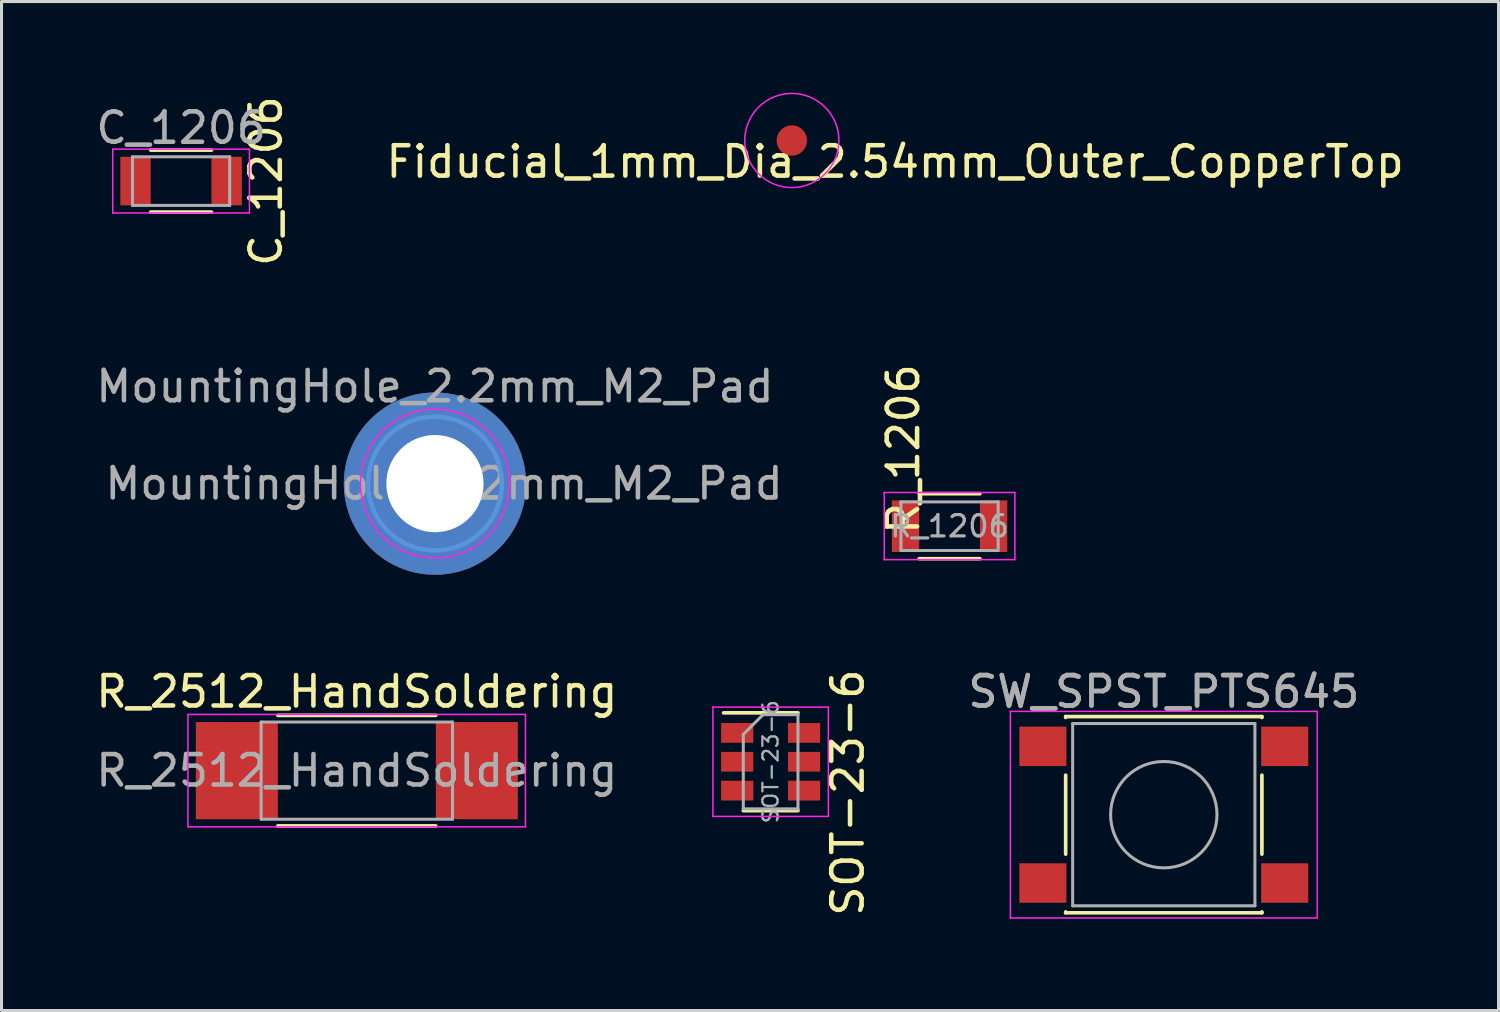
<source format=kicad_pcb>
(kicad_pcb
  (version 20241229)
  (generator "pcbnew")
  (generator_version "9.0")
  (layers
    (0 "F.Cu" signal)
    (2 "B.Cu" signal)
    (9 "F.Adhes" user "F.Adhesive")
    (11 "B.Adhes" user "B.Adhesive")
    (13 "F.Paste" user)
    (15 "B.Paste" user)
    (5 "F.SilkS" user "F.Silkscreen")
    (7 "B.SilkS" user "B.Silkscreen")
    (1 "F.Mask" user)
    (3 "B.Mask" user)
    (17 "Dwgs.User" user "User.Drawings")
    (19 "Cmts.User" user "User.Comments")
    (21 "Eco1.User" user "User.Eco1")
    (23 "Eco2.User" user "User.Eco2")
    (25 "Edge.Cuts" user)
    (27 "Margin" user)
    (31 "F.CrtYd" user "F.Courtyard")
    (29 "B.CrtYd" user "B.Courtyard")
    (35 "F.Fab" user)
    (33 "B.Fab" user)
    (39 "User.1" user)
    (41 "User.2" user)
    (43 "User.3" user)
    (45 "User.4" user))
  (footprint "SOT-23-6"
    (layer "F.Cu")
    (at 22.318 22.026)
    (property "Reference" "SOT-23-6" (at 2.54 1.016 90) (layer "F.SilkS") (effects (font (size 1 1) (thickness 0.15))))
    (attr smd)
    (fp_line (start -0.9 1.61) (end 0.9 1.61) (stroke (width 0.12) (type solid)) (layer "F.SilkS"))
    (fp_line (start 0.9 -1.61) (end -1.55 -1.61) (stroke (width 0.12) (type solid)) (layer "F.SilkS"))
    (fp_line (start -1.9 -1.8) (end -1.9 1.8) (stroke (width 0.05) (type solid)) (layer "F.CrtYd"))
    (fp_line (start -1.9 1.8) (end 1.9 1.8) (stroke (width 0.05) (type solid)) (layer "F.CrtYd"))
    (fp_line (start 1.9 -1.8) (end -1.9 -1.8) (stroke (width 0.05) (type solid)) (layer "F.CrtYd"))
    (fp_line (start 1.9 1.8) (end 1.9 -1.8) (stroke (width 0.05) (type solid)) (layer "F.CrtYd"))
    (fp_line (start -0.9 -0.9) (end -0.9 1.55) (stroke (width 0.1) (type solid)) (layer "F.Fab"))
    (fp_line (start -0.9 -0.9) (end -0.25 -1.55) (stroke (width 0.1) (type solid)) (layer "F.Fab"))
    (fp_line (start 0.9 -1.55) (end -0.25 -1.55) (stroke (width 0.1) (type solid)) (layer "F.Fab"))
    (fp_line (start 0.9 -1.55) (end 0.9 1.55) (stroke (width 0.1) (type solid)) (layer "F.Fab"))
    (fp_line (start 0.9 1.55) (end -0.9 1.55) (stroke (width 0.1) (type solid)) (layer "F.Fab"))
    (fp_text user "${REFERENCE}" (at 0 0 90) (layer "F.Fab") (effects (font (size 0.5 0.5) (thickness 0.075))))
    (pad "1" smd rect (at -1.1 -0.95) (size 1.06 0.65) (layers "F.Cu" "F.Mask" "F.Paste"))
    (pad "2" smd rect (at -1.1 0) (size 1.06 0.65) (layers "F.Cu" "F.Mask" "F.Paste"))
    (pad "3" smd rect (at -1.1 0.95) (size 1.06 0.65) (layers "F.Cu" "F.Mask" "F.Paste"))
    (pad "4" smd rect (at 1.1 0.95) (size 1.06 0.65) (layers "F.Cu" "F.Mask" "F.Paste"))
    (pad "5" smd rect (at 1.1 0) (size 1.06 0.65) (layers "F.Cu" "F.Mask" "F.Paste"))
    (pad "6" smd rect (at 1.1 -0.95) (size 1.06 0.65) (layers "F.Cu" "F.Mask" "F.Paste")))
  (footprint "R_1206"
    (layer "F.Cu")
    (at 28.208 14.272)
    (property "Reference" "R_1206" (at -1.524 -2.54 90) (layer "F.SilkS") (effects (font (size 1 1) (thickness 0.15))))
    (attr smd)
    (fp_line (start -1 -1.07) (end 1 -1.07) (stroke (width 0.12) (type solid)) (layer "F.SilkS"))
    (fp_line (start 1 1.07) (end -1 1.07) (stroke (width 0.12) (type solid)) (layer "F.SilkS"))
    (fp_line (start -2.15 -1.11) (end -2.15 1.1) (stroke (width 0.05) (type solid)) (layer "F.CrtYd"))
    (fp_line (start -2.15 -1.11) (end 2.15 -1.11) (stroke (width 0.05) (type solid)) (layer "F.CrtYd"))
    (fp_line (start 2.15 1.1) (end -2.15 1.1) (stroke (width 0.05) (type solid)) (layer "F.CrtYd"))
    (fp_line (start 2.15 1.1) (end 2.15 -1.11) (stroke (width 0.05) (type solid)) (layer "F.CrtYd"))
    (fp_line (start -1.6 -0.8) (end 1.6 -0.8) (stroke (width 0.1) (type solid)) (layer "F.Fab"))
    (fp_line (start -1.6 0.8) (end -1.6 -0.8) (stroke (width 0.1) (type solid)) (layer "F.Fab"))
    (fp_line (start 1.6 -0.8) (end 1.6 0.8) (stroke (width 0.1) (type solid)) (layer "F.Fab"))
    (fp_line (start 1.6 0.8) (end -1.6 0.8) (stroke (width 0.1) (type solid)) (layer "F.Fab"))
    (fp_text user "${REFERENCE}" (at 0 0 0) (layer "F.Fab") (effects (font (size 0.7 0.7) (thickness 0.105))))
    (pad "1" smd rect (at -1.45 0) (size 0.9 1.7) (layers "F.Cu" "F.Mask" "F.Paste"))
    (pad "2" smd rect (at 1.45 0) (size 0.9 1.7) (layers "F.Cu" "F.Mask" "F.Paste")))
  (footprint "C_1206"
    (layer "F.Cu")
    (at 2.911 2.911)
    (property "Reference" "C_1206" (at 2.794 0 90) (layer "F.SilkS") (effects (font (size 1 1) (thickness 0.15))))
    (attr smd)
    (fp_line (start -1 1.02) (end 1 1.02) (stroke (width 0.12) (type solid)) (layer "F.SilkS"))
    (fp_line (start 1 -1.02) (end -1 -1.02) (stroke (width 0.12) (type solid)) (layer "F.SilkS"))
    (fp_line (start -2.25 -1.05) (end -2.25 1.05) (stroke (width 0.05) (type solid)) (layer "F.CrtYd"))
    (fp_line (start -2.25 -1.05) (end 2.25 -1.05) (stroke (width 0.05) (type solid)) (layer "F.CrtYd"))
    (fp_line (start 2.25 1.05) (end -2.25 1.05) (stroke (width 0.05) (type solid)) (layer "F.CrtYd"))
    (fp_line (start 2.25 1.05) (end 2.25 -1.05) (stroke (width 0.05) (type solid)) (layer "F.CrtYd"))
    (fp_line (start -1.6 -0.8) (end 1.6 -0.8) (stroke (width 0.1) (type solid)) (layer "F.Fab"))
    (fp_line (start -1.6 0.8) (end -1.6 -0.8) (stroke (width 0.1) (type solid)) (layer "F.Fab"))
    (fp_line (start 1.6 -0.8) (end 1.6 0.8) (stroke (width 0.1) (type solid)) (layer "F.Fab"))
    (fp_line (start 1.6 0.8) (end -1.6 0.8) (stroke (width 0.1) (type solid)) (layer "F.Fab"))
    (fp_text user "${REFERENCE}" (at 0 -1.75 0) (layer "F.Fab") (effects (font (size 1 1) (thickness 0.15))))
    (pad "1" smd rect (at -1.5 0) (size 1 1.6) (layers "F.Cu" "F.Mask" "F.Paste"))
    (pad "2" smd rect (at 1.5 0) (size 1 1.6) (layers "F.Cu" "F.Mask" "F.Paste")))
  (footprint "MountingHole_2.2mm_M2_Pad"
    (layer "F.Cu")
    (at 11.268 12.87)
    (property "Reference" "MountingHole_2.2mm_M2_Pad" (at 0 -3.2 0) (layer "F.Fab") (effects (font (size 1 1) (thickness 0.15))))
    (attr exclude_from_pos_files exclude_from_bom)
    (fp_circle (center 0 0) (end 2.2 0) (stroke (width 0.15) (type solid)) (fill no) (layer "Cmts.User"))
    (fp_circle (center 0 0) (end 2.45 0) (stroke (width 0.05) (type solid)) (fill no) (layer "F.CrtYd"))
    (fp_text user "${REFERENCE}" (at 0.3 0 0) (layer "F.Fab") (effects (font (size 1 1) (thickness 0.15))))
    (pad "1" thru_hole circle (at 0 0) (size 6 6) (drill 3.2) (layers "*.Cu" "*.Mask")))
  (footprint "R_2512_HandSoldering"
    (layer "F.Cu")
    (at 8.696 22.318)
    (property "Reference" "R_2512_HandSoldering" (at 0 -2.6 0) (layer "F.SilkS") (effects (font (size 1 1) (thickness 0.15))))
    (attr smd)
    (fp_line (start -2.6 -1.82) (end 2.6 -1.82) (stroke (width 0.12) (type solid)) (layer "F.SilkS"))
    (fp_line (start 2.6 1.82) (end -2.6 1.82) (stroke (width 0.12) (type solid)) (layer "F.SilkS"))
    (fp_line (start -5.56 -1.85) (end -5.56 1.85) (stroke (width 0.05) (type solid)) (layer "F.CrtYd"))
    (fp_line (start -5.56 -1.85) (end 5.55 -1.85) (stroke (width 0.05) (type solid)) (layer "F.CrtYd"))
    (fp_line (start 5.55 1.85) (end -5.56 1.85) (stroke (width 0.05) (type solid)) (layer "F.CrtYd"))
    (fp_line (start 5.55 1.85) (end 5.55 -1.85) (stroke (width 0.05) (type solid)) (layer "F.CrtYd"))
    (fp_line (start -3.15 -1.6) (end 3.15 -1.6) (stroke (width 0.1) (type solid)) (layer "F.Fab"))
    (fp_line (start -3.15 1.6) (end -3.15 -1.6) (stroke (width 0.1) (type solid)) (layer "F.Fab"))
    (fp_line (start 3.15 -1.6) (end 3.15 1.6) (stroke (width 0.1) (type solid)) (layer "F.Fab"))
    (fp_line (start 3.15 1.6) (end -3.15 1.6) (stroke (width 0.1) (type solid)) (layer "F.Fab"))
    (fp_text user "${REFERENCE}" (at 0 0 0) (layer "F.Fab") (effects (font (size 1 1) (thickness 0.15))))
    (pad "1" smd rect (at -3.95 0) (size 2.7 3.2) (layers "F.Cu" "F.Mask" "F.Paste"))
    (pad "2" smd rect (at 3.95 0) (size 2.7 3.2) (layers "F.Cu" "F.Mask" "F.Paste")))
  (footprint "SW_SPST_PTS645"
    (layer "F.Cu")
    (at 35.26 23.768)
    (property "Reference" "SW_SPST_PTS645" (at 0 -4.05 0) (layer "F.Fab") (effects (font (size 1 1) (thickness 0.15))))
    (attr smd)
    (fp_line (start -3.23 -3.23) (end 3.23 -3.23) (stroke (width 0.12) (type solid)) (layer "F.SilkS"))
    (fp_line (start -3.23 -3.2) (end -3.23 -3.23) (stroke (width 0.12) (type solid)) (layer "F.SilkS"))
    (fp_line (start -3.23 -1.3) (end -3.23 1.3) (stroke (width 0.12) (type solid)) (layer "F.SilkS"))
    (fp_line (start -3.23 3.23) (end -3.23 3.2) (stroke (width 0.12) (type solid)) (layer "F.SilkS"))
    (fp_line (start -3.23 3.23) (end 3.23 3.23) (stroke (width 0.12) (type solid)) (layer "F.SilkS"))
    (fp_line (start 3.23 -3.23) (end 3.23 -3.2) (stroke (width 0.12) (type solid)) (layer "F.SilkS"))
    (fp_line (start 3.23 -1.3) (end 3.23 1.3) (stroke (width 0.12) (type solid)) (layer "F.SilkS"))
    (fp_line (start 3.23 3.23) (end 3.23 3.2) (stroke (width 0.12) (type solid)) (layer "F.SilkS"))
    (fp_line (start -5.05 -3.4) (end -5.05 3.4) (stroke (width 0.05) (type solid)) (layer "F.CrtYd"))
    (fp_line (start -5.05 -3.4) (end 5.05 -3.4) (stroke (width 0.05) (type solid)) (layer "F.CrtYd"))
    (fp_line (start -5.05 3.4) (end 5.05 3.4) (stroke (width 0.05) (type solid)) (layer "F.CrtYd"))
    (fp_line (start 5.05 3.4) (end 5.05 -3.4) (stroke (width 0.05) (type solid)) (layer "F.CrtYd"))
    (fp_line (start -3 -3) (end -3 3) (stroke (width 0.1) (type solid)) (layer "F.Fab"))
    (fp_line (start -3 3) (end 3 3) (stroke (width 0.1) (type solid)) (layer "F.Fab"))
    (fp_line (start 3 -3) (end -3 -3) (stroke (width 0.1) (type solid)) (layer "F.Fab"))
    (fp_line (start 3 3) (end 3 -3) (stroke (width 0.1) (type solid)) (layer "F.Fab"))
    (fp_circle (center 0 0) (end 1.75 -0.05) (stroke (width 0.1) (type solid)) (fill no) (layer "F.Fab"))
    (fp_text user "${REFERENCE}" (at 0 -4.05 0) (layer "F.Fab") (effects (font (size 1 1) (thickness 0.15))))
    (pad "1" smd rect (at -3.98 -2.25) (size 1.55 1.3) (layers "F.Cu" "F.Mask"))
    (pad "1" smd rect (at 3.98 -2.25) (size 1.55 1.3) (layers "F.Cu" "F.Mask"))
    (pad "2" smd rect (at -3.98 2.25) (size 1.55 1.3) (layers "F.Cu" "F.Mask"))
    (pad "2" smd rect (at 3.98 2.25) (size 1.55 1.3) (layers "F.Cu" "F.Mask")))
  (footprint "Fiducial_1mm_Dia_2.54mm_Outer_CopperTop"
    (layer "F.Cu")
    (at 23.016 1.575)
    (property "Reference" "Fiducial_1mm_Dia_2.54mm_Outer_CopperTop" (at 3.4 0.7 0) (layer "F.SilkS") (effects (font (size 1 1) (thickness 0.15))))
    (attr exclude_from_pos_files exclude_from_bom)
    (fp_circle (center 0 0) (end 1.55 0) (stroke (width 0.05) (type solid)) (fill no) (layer "F.CrtYd"))
    (pad "~" smd circle (at 0 0) (size 1 1) (layers "F.Cu" "F.Mask" "F.Paste")))
  (gr_rect
    (start -3 -3)
    (end 46.279 30.215)
    (stroke (width 0.1) (type default))
    (fill no)
    (layer "Edge.Cuts")))
</source>
